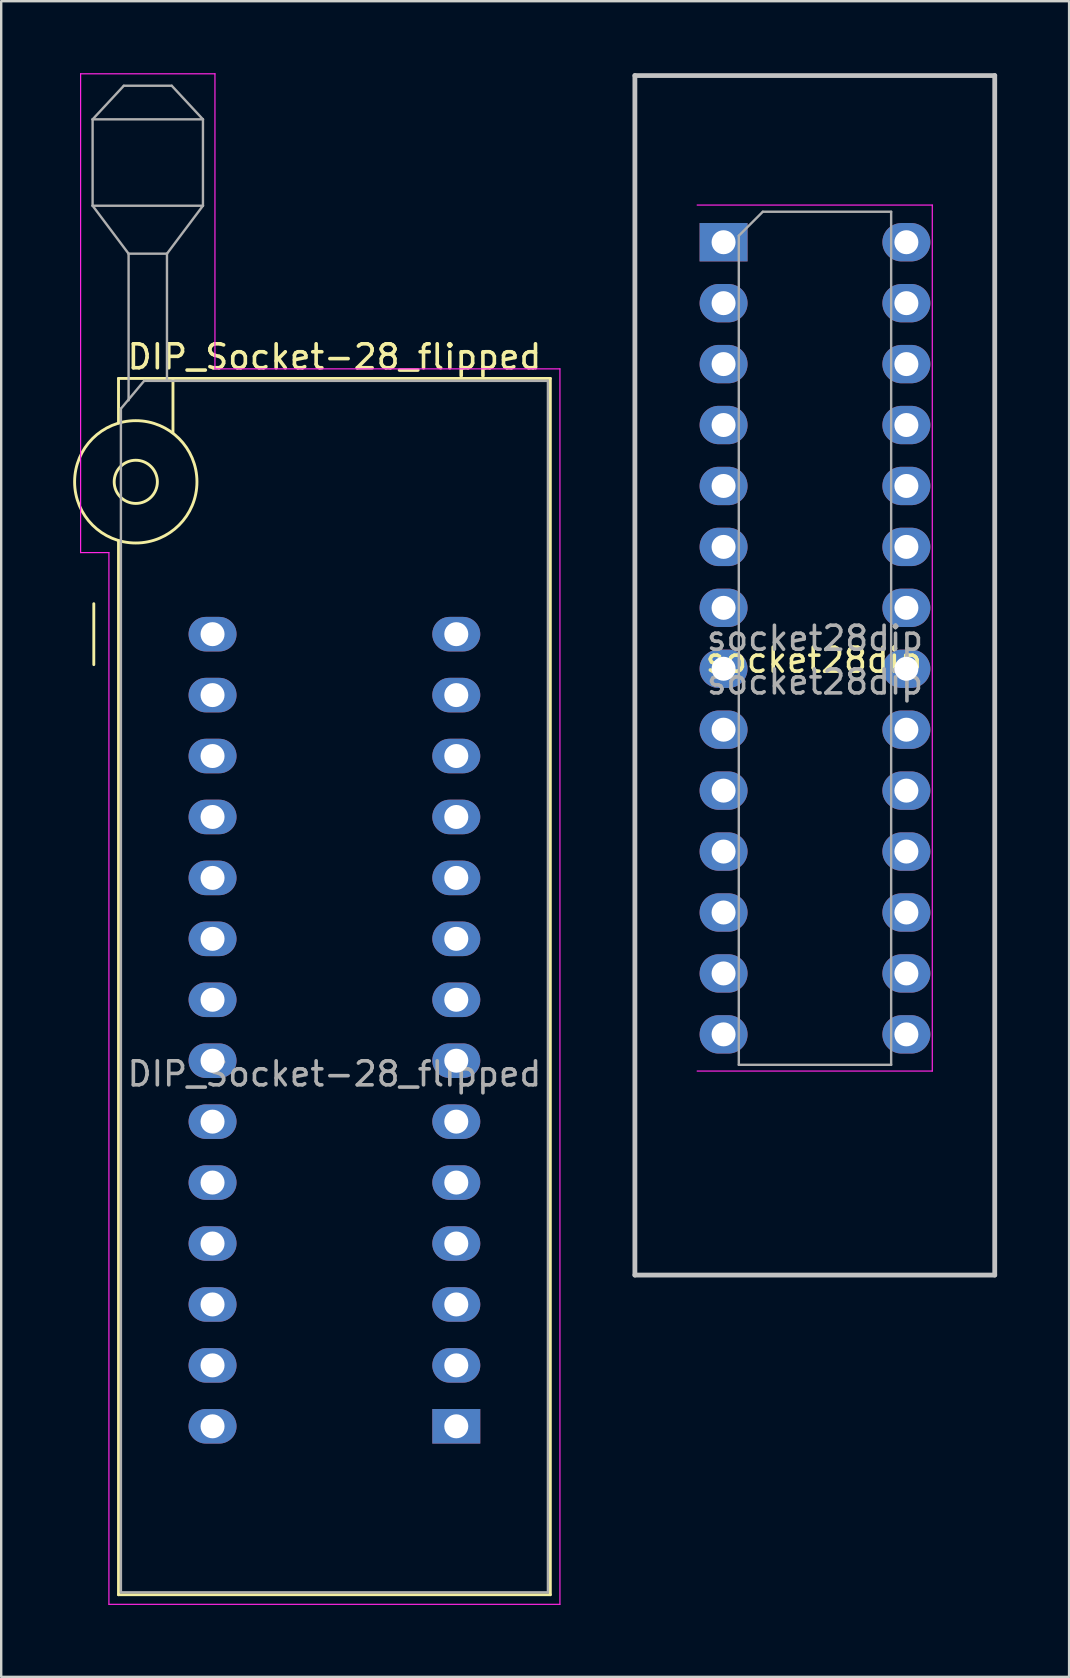
<source format=kicad_pcb>
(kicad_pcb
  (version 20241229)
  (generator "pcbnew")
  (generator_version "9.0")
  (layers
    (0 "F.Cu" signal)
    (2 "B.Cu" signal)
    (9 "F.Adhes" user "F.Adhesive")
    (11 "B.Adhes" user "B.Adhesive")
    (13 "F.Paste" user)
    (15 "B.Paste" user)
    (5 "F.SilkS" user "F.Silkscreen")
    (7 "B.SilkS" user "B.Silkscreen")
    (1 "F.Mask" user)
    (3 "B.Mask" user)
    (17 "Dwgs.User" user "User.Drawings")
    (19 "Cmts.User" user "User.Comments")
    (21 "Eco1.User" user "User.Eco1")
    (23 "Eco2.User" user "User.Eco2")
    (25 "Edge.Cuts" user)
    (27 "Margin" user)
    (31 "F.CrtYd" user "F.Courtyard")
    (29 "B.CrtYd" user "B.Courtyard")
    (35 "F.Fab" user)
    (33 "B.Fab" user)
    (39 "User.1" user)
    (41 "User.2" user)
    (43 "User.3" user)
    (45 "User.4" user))
  (footprint "socket28dip"
    (layer "F.Cu")
    (at 25.842 7.047)
    (property "Reference" "socket28dip" (at 5.029 17.424 0) (layer "F.SilkS") (effects (font (size 1 1) (thickness 0.15))))
    (attr through_hole)
    (fp_line (start -2.427 -6.947) (end -2.427 43.053) (stroke (width 0.2) (type solid)) (layer "Dwgs.User"))
    (fp_line (start -2.427 43.053) (end 12.573 43.053) (stroke (width 0.2) (type solid)) (layer "Dwgs.User"))
    (fp_line (start 12.573 -6.947) (end -2.427 -6.947) (stroke (width 0.2) (type solid)) (layer "Dwgs.User"))
    (fp_line (start 12.573 43.053) (end 12.573 -6.947) (stroke (width 0.2) (type solid)) (layer "Dwgs.User"))
    (fp_line (start 0.17 34.55) (end 9.97 34.55) (stroke (width 0.05) (type solid)) (layer "F.CrtYd"))
    (fp_line (start 9.97 -1.55) (end 0.17 -1.55) (stroke (width 0.05) (type solid)) (layer "F.CrtYd"))
    (fp_line (start 9.97 34.55) (end 9.97 -1.55) (stroke (width 0.05) (type solid)) (layer "F.CrtYd"))
    (fp_line (start 1.905 -0.27) (end 2.905 -1.27) (stroke (width 0.1) (type solid)) (layer "F.Fab"))
    (fp_line (start 1.905 34.29) (end 1.905 -0.27) (stroke (width 0.1) (type solid)) (layer "F.Fab"))
    (fp_line (start 2.905 -1.27) (end 8.255 -1.27) (stroke (width 0.1) (type solid)) (layer "F.Fab"))
    (fp_line (start 8.255 -1.27) (end 8.255 34.29) (stroke (width 0.1) (type solid)) (layer "F.Fab"))
    (fp_line (start 8.255 34.29) (end 1.905 34.29) (stroke (width 0.1) (type solid)) (layer "F.Fab"))
    (fp_text user "${REFERENCE}" (at 5.08 16.51 0) (layer "F.Fab") (effects (font (size 1 1) (thickness 0.15))))
    (fp_text user "${REFERENCE}" (at 5.08 18.33 180) (layer "F.Fab") (effects (font (size 1 1) (thickness 0.15))))
    (pad "1" thru_hole rect (at 1.27 0) (size 2 1.6) (drill 1) (layers "*.Cu" "*.Mask"))
    (pad "2" thru_hole oval (at 1.27 2.54) (size 2 1.6) (drill 1) (layers "*.Cu" "*.Mask"))
    (pad "3" thru_hole oval (at 1.27 5.08) (size 2 1.6) (drill 1) (layers "*.Cu" "*.Mask"))
    (pad "4" thru_hole oval (at 1.27 7.62) (size 2 1.6) (drill 1) (layers "*.Cu" "*.Mask"))
    (pad "5" thru_hole oval (at 1.27 10.16) (size 2 1.6) (drill 1) (layers "*.Cu" "*.Mask"))
    (pad "6" thru_hole oval (at 1.27 12.7) (size 2 1.6) (drill 1) (layers "*.Cu" "*.Mask"))
    (pad "7" thru_hole oval (at 1.27 15.24) (size 2 1.6) (drill 1) (layers "*.Cu" "*.Mask"))
    (pad "8" thru_hole oval (at 1.27 17.78) (size 2 1.6) (drill 1) (layers "*.Cu" "*.Mask"))
    (pad "9" thru_hole oval (at 1.27 20.32) (size 2 1.6) (drill 1) (layers "*.Cu" "*.Mask"))
    (pad "10" thru_hole oval (at 1.27 22.86) (size 2 1.6) (drill 1) (layers "*.Cu" "*.Mask"))
    (pad "11" thru_hole oval (at 1.27 25.4) (size 2 1.6) (drill 1) (layers "*.Cu" "*.Mask"))
    (pad "12" thru_hole oval (at 1.27 27.94) (size 2 1.6) (drill 1) (layers "*.Cu" "*.Mask"))
    (pad "13" thru_hole oval (at 1.27 30.48) (size 2 1.6) (drill 1) (layers "*.Cu" "*.Mask"))
    (pad "14" thru_hole oval (at 1.27 33.02) (size 2 1.6) (drill 1) (layers "*.Cu" "*.Mask"))
    (pad "15" thru_hole oval (at 8.89 33.02) (size 2 1.6) (drill 1) (layers "*.Cu" "*.Mask"))
    (pad "16" thru_hole oval (at 8.89 30.48) (size 2 1.6) (drill 1) (layers "*.Cu" "*.Mask"))
    (pad "17" thru_hole oval (at 8.89 27.94) (size 2 1.6) (drill 1) (layers "*.Cu" "*.Mask"))
    (pad "18" thru_hole oval (at 8.89 25.4) (size 2 1.6) (drill 1) (layers "*.Cu" "*.Mask"))
    (pad "19" thru_hole oval (at 8.89 22.86) (size 2 1.6) (drill 1) (layers "*.Cu" "*.Mask"))
    (pad "20" thru_hole oval (at 8.89 20.32) (size 2 1.6) (drill 1) (layers "*.Cu" "*.Mask"))
    (pad "21" thru_hole oval (at 8.89 17.78) (size 2 1.6) (drill 1) (layers "*.Cu" "*.Mask"))
    (pad "22" thru_hole oval (at 8.89 15.24) (size 2 1.6) (drill 1) (layers "*.Cu" "*.Mask"))
    (pad "23" thru_hole oval (at 8.89 12.7) (size 2 1.6) (drill 1) (layers "*.Cu" "*.Mask"))
    (pad "24" thru_hole oval (at 8.89 10.16) (size 2 1.6) (drill 1) (layers "*.Cu" "*.Mask"))
    (pad "25" thru_hole oval (at 8.89 7.62) (size 2 1.6) (drill 1) (layers "*.Cu" "*.Mask"))
    (pad "26" thru_hole oval (at 8.89 5.08) (size 2 1.6) (drill 1) (layers "*.Cu" "*.Mask"))
    (pad "27" thru_hole oval (at 8.89 2.54) (size 2 1.6) (drill 1) (layers "*.Cu" "*.Mask"))
    (pad "28" thru_hole oval (at 8.89 0) (size 2 1.6) (drill 1) (layers "*.Cu" "*.Mask")))
  (footprint "DIP_Socket-28_flipped"
    (layer "F.Cu")
    (at 5.81 23.385)
    (property "Reference" "DIP_Socket-28_flipped" (at 5.08 -11.56 0) (layer "F.SilkS") (effects (font (size 1 1) (thickness 0.15))))
    (attr through_hole)
    (fp_line (start -4.95 1.27) (end -4.95 -1.27) (stroke (width 0.12) (type solid)) (layer "F.SilkS"))
    (fp_line (start -3.92 -10.66) (end -3.92 -8.8) (stroke (width 0.12) (type solid)) (layer "F.SilkS"))
    (fp_line (start -3.92 -3.9) (end -3.92 40.04) (stroke (width 0.12) (type solid)) (layer "F.SilkS"))
    (fp_line (start -3.92 40.04) (end 14.08 40.04) (stroke (width 0.12) (type solid)) (layer "F.SilkS"))
    (fp_line (start -1.65 -10.66) (end -1.65 -8.4) (stroke (width 0.12) (type solid)) (layer "F.SilkS"))
    (fp_line (start 14.08 -10.66) (end -3.92 -10.66) (stroke (width 0.12) (type solid)) (layer "F.SilkS"))
    (fp_line (start 14.08 40.04) (end 14.08 -10.66) (stroke (width 0.12) (type solid)) (layer "F.SilkS"))
    (fp_circle (center -3.2 -6.35) (end -2.3 -6.35) (stroke (width 0.12) (type solid)) (fill no) (layer "F.SilkS"))
    (fp_circle (center -3.2 -6.35) (end -0.65 -6.35) (stroke (width 0.12) (type solid)) (fill no) (layer "F.SilkS"))
    (fp_line (start -5.5 -23.36) (end 0.1 -23.36) (stroke (width 0.05) (type solid)) (layer "F.CrtYd"))
    (fp_line (start -5.5 -3.4) (end -5.5 -23.36) (stroke (width 0.05) (type solid)) (layer "F.CrtYd"))
    (fp_line (start -4.32 -3.4) (end -5.5 -3.4) (stroke (width 0.05) (type solid)) (layer "F.CrtYd"))
    (fp_line (start -4.32 40.44) (end -4.32 -3.4) (stroke (width 0.05) (type solid)) (layer "F.CrtYd"))
    (fp_line (start 0.1 -23.36) (end 0.1 -11.06) (stroke (width 0.05) (type solid)) (layer "F.CrtYd"))
    (fp_line (start 0.1 -11.06) (end 14.48 -11.06) (stroke (width 0.05) (type solid)) (layer "F.CrtYd"))
    (fp_line (start 14.48 -11.06) (end 14.48 40.44) (stroke (width 0.05) (type solid)) (layer "F.CrtYd"))
    (fp_line (start 14.48 40.44) (end -4.32 40.44) (stroke (width 0.05) (type solid)) (layer "F.CrtYd"))
    (fp_line (start -5 -21.46) (end -5 -17.86) (stroke (width 0.1) (type solid)) (layer "F.Fab"))
    (fp_line (start -5 -21.46) (end -3.7 -22.86) (stroke (width 0.1) (type solid)) (layer "F.Fab"))
    (fp_line (start -5 -17.86) (end -3.5 -15.86) (stroke (width 0.1) (type solid)) (layer "F.Fab"))
    (fp_line (start -5 -17.86) (end -0.4 -17.86) (stroke (width 0.1) (type solid)) (layer "F.Fab"))
    (fp_line (start -3.82 -9.4) (end -2.85 -10.56) (stroke (width 0.1) (type solid)) (layer "F.Fab"))
    (fp_line (start -3.82 39.94) (end -3.82 -9.4) (stroke (width 0.1) (type solid)) (layer "F.Fab"))
    (fp_line (start -3.7 -22.86) (end -1.7 -22.86) (stroke (width 0.1) (type solid)) (layer "F.Fab"))
    (fp_line (start -3.5 -15.86) (end -1.9 -15.86) (stroke (width 0.1) (type solid)) (layer "F.Fab"))
    (fp_line (start -3.5 -9.75) (end -3.5 -15.86) (stroke (width 0.1) (type solid)) (layer "F.Fab"))
    (fp_line (start -2.85 -10.56) (end 13.98 -10.56) (stroke (width 0.1) (type solid)) (layer "F.Fab"))
    (fp_line (start -1.9 -15.86) (end -1.9 -10.56) (stroke (width 0.1) (type solid)) (layer "F.Fab"))
    (fp_line (start -1.7 -22.86) (end -0.4 -21.46) (stroke (width 0.1) (type solid)) (layer "F.Fab"))
    (fp_line (start -0.4 -21.46) (end -5 -21.46) (stroke (width 0.1) (type solid)) (layer "F.Fab"))
    (fp_line (start -0.4 -17.86) (end -1.9 -15.86) (stroke (width 0.1) (type solid)) (layer "F.Fab"))
    (fp_line (start -0.4 -17.86) (end -0.4 -21.46) (stroke (width 0.1) (type solid)) (layer "F.Fab"))
    (fp_line (start 13.98 -10.56) (end 13.98 39.94) (stroke (width 0.1) (type solid)) (layer "F.Fab"))
    (fp_line (start 13.98 39.94) (end -3.82 39.94) (stroke (width 0.1) (type solid)) (layer "F.Fab"))
    (fp_text user "${REFERENCE}" (at 5.08 18.33 180) (layer "F.Fab") (effects (font (size 1 1) (thickness 0.15))))
    (pad "1" thru_hole rect (at 10.16 33.02 180) (size 2 1.44) (drill 1) (layers "*.Cu" "*.Mask"))
    (pad "2" thru_hole oval (at 10.16 30.48 180) (size 2 1.44) (drill 1) (layers "*.Cu" "*.Mask"))
    (pad "3" thru_hole oval (at 10.16 27.94 180) (size 2 1.44) (drill 1) (layers "*.Cu" "*.Mask"))
    (pad "4" thru_hole oval (at 10.16 25.4 180) (size 2 1.44) (drill 1) (layers "*.Cu" "*.Mask"))
    (pad "5" thru_hole oval (at 10.16 22.86 180) (size 2 1.44) (drill 1) (layers "*.Cu" "*.Mask"))
    (pad "6" thru_hole oval (at 10.16 20.32 180) (size 2 1.44) (drill 1) (layers "*.Cu" "*.Mask"))
    (pad "7" thru_hole oval (at 10.16 17.78 180) (size 2 1.44) (drill 1) (layers "*.Cu" "*.Mask"))
    (pad "8" thru_hole oval (at 10.16 15.24 180) (size 2 1.44) (drill 1) (layers "*.Cu" "*.Mask"))
    (pad "9" thru_hole oval (at 10.16 12.7 180) (size 2 1.44) (drill 1) (layers "*.Cu" "*.Mask"))
    (pad "10" thru_hole oval (at 10.16 10.16 180) (size 2 1.44) (drill 1) (layers "*.Cu" "*.Mask"))
    (pad "11" thru_hole oval (at 10.16 7.62 180) (size 2 1.44) (drill 1) (layers "*.Cu" "*.Mask"))
    (pad "12" thru_hole oval (at 10.16 5.08 180) (size 2 1.44) (drill 1) (layers "*.Cu" "*.Mask"))
    (pad "13" thru_hole oval (at 10.16 2.54 180) (size 2 1.44) (drill 1) (layers "*.Cu" "*.Mask"))
    (pad "14" thru_hole oval (at 10.16 0 180) (size 2 1.44) (drill 1) (layers "*.Cu" "*.Mask"))
    (pad "15" thru_hole oval (at 0 0 180) (size 2 1.44) (drill 1) (layers "*.Cu" "*.Mask"))
    (pad "16" thru_hole oval (at 0 2.54 180) (size 2 1.44) (drill 1) (layers "*.Cu" "*.Mask"))
    (pad "17" thru_hole oval (at 0 5.08 180) (size 2 1.44) (drill 1) (layers "*.Cu" "*.Mask"))
    (pad "18" thru_hole oval (at 0 7.62 180) (size 2 1.44) (drill 1) (layers "*.Cu" "*.Mask"))
    (pad "19" thru_hole oval (at 0 10.16 180) (size 2 1.44) (drill 1) (layers "*.Cu" "*.Mask"))
    (pad "20" thru_hole oval (at 0 12.7 180) (size 2 1.44) (drill 1) (layers "*.Cu" "*.Mask"))
    (pad "21" thru_hole oval (at 0 15.24 180) (size 2 1.44) (drill 1) (layers "*.Cu" "*.Mask"))
    (pad "22" thru_hole oval (at 0 17.78 180) (size 2 1.44) (drill 1) (layers "*.Cu" "*.Mask"))
    (pad "23" thru_hole oval (at 0 20.32 180) (size 2 1.44) (drill 1) (layers "*.Cu" "*.Mask"))
    (pad "24" thru_hole oval (at 0 22.86 180) (size 2 1.44) (drill 1) (layers "*.Cu" "*.Mask"))
    (pad "25" thru_hole oval (at 0 25.4 180) (size 2 1.44) (drill 1) (layers "*.Cu" "*.Mask"))
    (pad "26" thru_hole oval (at 0 27.94 180) (size 2 1.44) (drill 1) (layers "*.Cu" "*.Mask"))
    (pad "27" thru_hole oval (at 0 30.48 180) (size 2 1.44) (drill 1) (layers "*.Cu" "*.Mask"))
    (pad "28" thru_hole oval (at 0 33.02 180) (size 2 1.44) (drill 1) (layers "*.Cu" "*.Mask")))
  (gr_rect
    (start -3 -3)
    (end 41.515 66.85)
    (stroke (width 0.1) (type default))
    (fill no)
    (layer "Edge.Cuts")))
</source>
